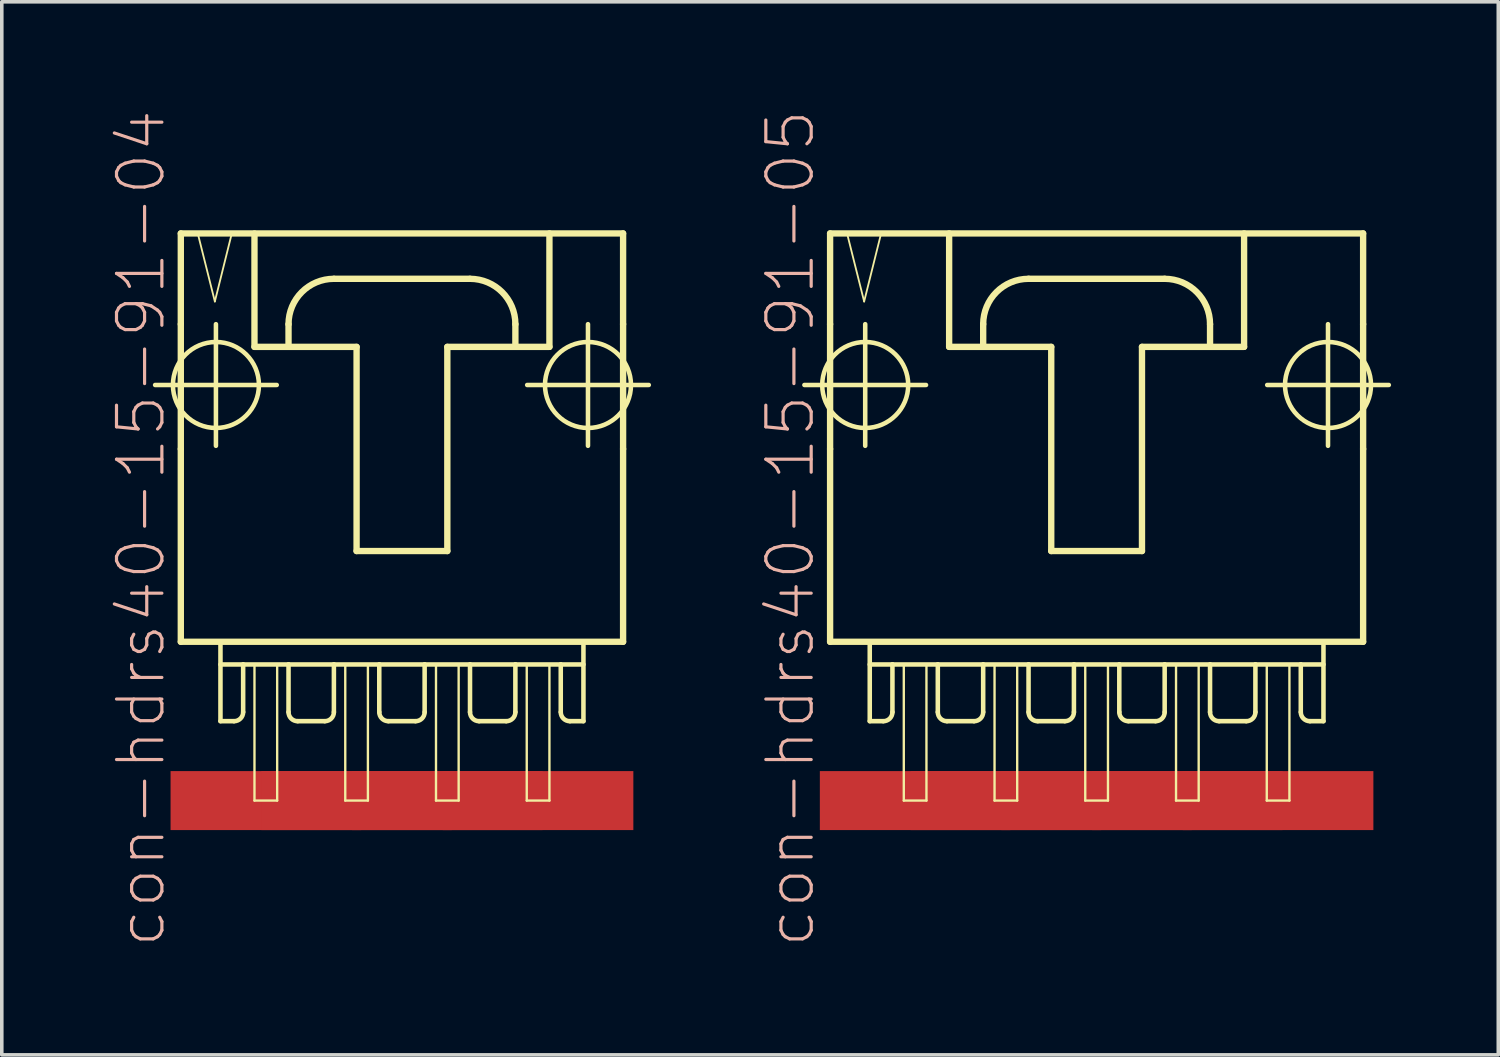
<source format=kicad_pcb>
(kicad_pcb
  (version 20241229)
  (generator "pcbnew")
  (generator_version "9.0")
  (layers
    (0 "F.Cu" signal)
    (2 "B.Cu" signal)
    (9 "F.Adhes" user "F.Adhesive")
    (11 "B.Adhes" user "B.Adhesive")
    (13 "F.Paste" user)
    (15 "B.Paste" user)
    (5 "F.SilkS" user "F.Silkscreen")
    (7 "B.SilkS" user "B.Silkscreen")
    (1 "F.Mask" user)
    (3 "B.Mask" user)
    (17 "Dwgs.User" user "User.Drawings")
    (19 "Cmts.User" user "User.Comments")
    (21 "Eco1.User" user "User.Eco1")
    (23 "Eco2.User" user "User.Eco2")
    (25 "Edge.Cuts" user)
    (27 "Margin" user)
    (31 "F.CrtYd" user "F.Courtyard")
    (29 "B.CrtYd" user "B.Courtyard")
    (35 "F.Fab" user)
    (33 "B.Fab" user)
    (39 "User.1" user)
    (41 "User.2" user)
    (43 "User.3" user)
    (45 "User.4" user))
  (footprint "con-hdrs40-15-91-04"
    (layer "F.Cu")
    (at 8.201 8.564)
    (property "Reference" "con-hdrs40-15-91-04" (at -7.303 3.175 90) (layer "B.SilkS") (effects (font (size 1.27 1.27) (thickness 0.089))))
    (attr smd)
    (fp_line (start -6.909 -0.838) (end -3.505 -0.838) (stroke (width 0.127) (type solid)) (layer "F.SilkS"))
    (fp_line (start -6.19 -5.08) (end -6.19 -2.54) (stroke (width 0.178) (type solid)) (layer "F.SilkS"))
    (fp_line (start -6.19 -2.54) (end -6.19 0.953) (stroke (width 0.178) (type solid)) (layer "F.SilkS"))
    (fp_line (start -6.19 0.953) (end -6.19 6.35) (stroke (width 0.178) (type solid)) (layer "F.SilkS"))
    (fp_line (start -6.19 6.35) (end 6.19 6.35) (stroke (width 0.178) (type solid)) (layer "F.SilkS"))
    (fp_line (start -5.715 -5.08) (end -5.237 -3.175) (stroke (width 0.051) (type solid)) (layer "F.SilkS"))
    (fp_line (start -5.237 -3.175) (end -4.763 -5.08) (stroke (width 0.051) (type solid)) (layer "F.SilkS"))
    (fp_line (start -5.207 0.864) (end -5.207 -2.54) (stroke (width 0.127) (type solid)) (layer "F.SilkS"))
    (fp_line (start -5.08 6.35) (end -5.08 8.572) (stroke (width 0.127) (type solid)) (layer "F.SilkS"))
    (fp_line (start -5.08 6.985) (end -4.445 6.985) (stroke (width 0.127) (type solid)) (layer "F.SilkS"))
    (fp_line (start -4.763 -5.08) (end -5.715 -5.08) (stroke (width 0.051) (type solid)) (layer "F.SilkS"))
    (fp_line (start -4.699 8.572) (end -5.08 8.572) (stroke (width 0.127) (type solid)) (layer "F.SilkS"))
    (fp_line (start -4.445 6.985) (end -4.445 8.319) (stroke (width 0.127) (type solid)) (layer "F.SilkS"))
    (fp_line (start -4.445 6.985) (end -3.175 6.985) (stroke (width 0.127) (type solid)) (layer "F.SilkS"))
    (fp_line (start -4.128 -5.077) (end -4.128 -1.905) (stroke (width 0.178) (type solid)) (layer "F.SilkS"))
    (fp_line (start -4.128 -1.905) (end -3.175 -1.905) (stroke (width 0.178) (type solid)) (layer "F.SilkS"))
    (fp_line (start -4.128 6.985) (end -3.493 6.985) (stroke (width 0.066) (type solid)) (layer "F.SilkS"))
    (fp_line (start -4.128 10.795) (end -4.128 6.985) (stroke (width 0.066) (type solid)) (layer "F.SilkS"))
    (fp_line (start -4.128 10.795) (end -3.493 10.795) (stroke (width 0.066) (type solid)) (layer "F.SilkS"))
    (fp_line (start -3.493 10.795) (end -3.493 6.985) (stroke (width 0.066) (type solid)) (layer "F.SilkS"))
    (fp_line (start -3.175 -1.905) (end -3.175 -2.54) (stroke (width 0.178) (type solid)) (layer "F.SilkS"))
    (fp_line (start -3.175 -1.905) (end -1.27 -1.905) (stroke (width 0.178) (type solid)) (layer "F.SilkS"))
    (fp_line (start -3.175 6.985) (end -3.175 8.319) (stroke (width 0.127) (type solid)) (layer "F.SilkS"))
    (fp_line (start -3.175 6.985) (end -1.905 6.985) (stroke (width 0.127) (type solid)) (layer "F.SilkS"))
    (fp_line (start -2.159 8.572) (end -2.921 8.572) (stroke (width 0.127) (type solid)) (layer "F.SilkS"))
    (fp_line (start -1.905 -3.81) (end 1.905 -3.81) (stroke (width 0.178) (type solid)) (layer "F.SilkS"))
    (fp_line (start -1.905 6.985) (end -1.905 8.319) (stroke (width 0.127) (type solid)) (layer "F.SilkS"))
    (fp_line (start -1.905 6.985) (end -0.635 6.985) (stroke (width 0.127) (type solid)) (layer "F.SilkS"))
    (fp_line (start -1.587 6.985) (end -0.953 6.985) (stroke (width 0.066) (type solid)) (layer "F.SilkS"))
    (fp_line (start -1.587 10.795) (end -1.587 6.985) (stroke (width 0.066) (type solid)) (layer "F.SilkS"))
    (fp_line (start -1.587 10.795) (end -0.953 10.795) (stroke (width 0.066) (type solid)) (layer "F.SilkS"))
    (fp_line (start -1.27 -1.905) (end -1.27 3.81) (stroke (width 0.178) (type solid)) (layer "F.SilkS"))
    (fp_line (start -1.27 3.81) (end 1.27 3.81) (stroke (width 0.178) (type solid)) (layer "F.SilkS"))
    (fp_line (start -0.953 10.795) (end -0.953 6.985) (stroke (width 0.066) (type solid)) (layer "F.SilkS"))
    (fp_line (start -0.635 6.985) (end -0.635 8.319) (stroke (width 0.127) (type solid)) (layer "F.SilkS"))
    (fp_line (start -0.635 6.985) (end 0.635 6.985) (stroke (width 0.127) (type solid)) (layer "F.SilkS"))
    (fp_line (start 0.381 8.572) (end -0.381 8.572) (stroke (width 0.127) (type solid)) (layer "F.SilkS"))
    (fp_line (start 0.635 6.985) (end 0.635 8.319) (stroke (width 0.127) (type solid)) (layer "F.SilkS"))
    (fp_line (start 0.635 6.985) (end 1.905 6.985) (stroke (width 0.127) (type solid)) (layer "F.SilkS"))
    (fp_line (start 0.953 6.985) (end 1.587 6.985) (stroke (width 0.066) (type solid)) (layer "F.SilkS"))
    (fp_line (start 0.953 10.795) (end 0.953 6.985) (stroke (width 0.066) (type solid)) (layer "F.SilkS"))
    (fp_line (start 0.953 10.795) (end 1.587 10.795) (stroke (width 0.066) (type solid)) (layer "F.SilkS"))
    (fp_line (start 1.27 -1.905) (end 3.175 -1.905) (stroke (width 0.178) (type solid)) (layer "F.SilkS"))
    (fp_line (start 1.27 3.81) (end 1.27 -1.905) (stroke (width 0.178) (type solid)) (layer "F.SilkS"))
    (fp_line (start 1.587 10.795) (end 1.587 6.985) (stroke (width 0.066) (type solid)) (layer "F.SilkS"))
    (fp_line (start 1.905 6.985) (end 1.905 8.319) (stroke (width 0.127) (type solid)) (layer "F.SilkS"))
    (fp_line (start 1.905 6.985) (end 3.175 6.985) (stroke (width 0.127) (type solid)) (layer "F.SilkS"))
    (fp_line (start 2.921 8.572) (end 2.159 8.572) (stroke (width 0.127) (type solid)) (layer "F.SilkS"))
    (fp_line (start 3.175 -2.54) (end 3.175 -1.905) (stroke (width 0.178) (type solid)) (layer "F.SilkS"))
    (fp_line (start 3.175 -1.905) (end 4.128 -1.905) (stroke (width 0.178) (type solid)) (layer "F.SilkS"))
    (fp_line (start 3.175 6.985) (end 3.175 8.319) (stroke (width 0.127) (type solid)) (layer "F.SilkS"))
    (fp_line (start 3.175 6.985) (end 4.445 6.985) (stroke (width 0.127) (type solid)) (layer "F.SilkS"))
    (fp_line (start 3.493 6.985) (end 4.128 6.985) (stroke (width 0.066) (type solid)) (layer "F.SilkS"))
    (fp_line (start 3.493 10.795) (end 3.493 6.985) (stroke (width 0.066) (type solid)) (layer "F.SilkS"))
    (fp_line (start 3.493 10.795) (end 4.128 10.795) (stroke (width 0.066) (type solid)) (layer "F.SilkS"))
    (fp_line (start 3.505 -0.838) (end 6.909 -0.838) (stroke (width 0.127) (type solid)) (layer "F.SilkS"))
    (fp_line (start 4.128 -1.905) (end 4.128 -5.08) (stroke (width 0.178) (type solid)) (layer "F.SilkS"))
    (fp_line (start 4.128 10.795) (end 4.128 6.985) (stroke (width 0.066) (type solid)) (layer "F.SilkS"))
    (fp_line (start 4.445 6.985) (end 4.445 8.319) (stroke (width 0.127) (type solid)) (layer "F.SilkS"))
    (fp_line (start 4.445 6.985) (end 5.08 6.985) (stroke (width 0.127) (type solid)) (layer "F.SilkS"))
    (fp_line (start 4.699 8.572) (end 5.08 8.572) (stroke (width 0.127) (type solid)) (layer "F.SilkS"))
    (fp_line (start 5.08 8.572) (end 5.08 6.35) (stroke (width 0.127) (type solid)) (layer "F.SilkS"))
    (fp_line (start 5.207 0.864) (end 5.207 -2.54) (stroke (width 0.127) (type solid)) (layer "F.SilkS"))
    (fp_line (start 6.19 -5.08) (end -6.19 -5.08) (stroke (width 0.178) (type solid)) (layer "F.SilkS"))
    (fp_line (start 6.19 -2.54) (end 6.19 -5.08) (stroke (width 0.178) (type solid)) (layer "F.SilkS"))
    (fp_line (start 6.19 -2.54) (end 6.19 0.953) (stroke (width 0.178) (type solid)) (layer "F.SilkS"))
    (fp_line (start 6.19 6.35) (end 6.19 0.953) (stroke (width 0.178) (type solid)) (layer "F.SilkS"))
    (fp_arc (start -4.445 8.3185) (mid -4.519395 8.498105) (end -4.699 8.5725) (stroke (width 0.127) (type solid)) (layer "F.SilkS"))
    (fp_arc (start -3.175 -2.54) (mid -2.803026 -3.438026) (end -1.905 -3.81) (stroke (width 0.1778) (type solid)) (layer "F.SilkS"))
    (fp_arc (start -2.921 8.5725) (mid -3.100605 8.498105) (end -3.175 8.3185) (stroke (width 0.127) (type solid)) (layer "F.SilkS"))
    (fp_arc (start -1.905 8.3185) (mid -1.979395 8.498105) (end -2.159 8.5725) (stroke (width 0.127) (type solid)) (layer "F.SilkS"))
    (fp_arc (start -0.381 8.5725) (mid -0.560605 8.498105) (end -0.635 8.3185) (stroke (width 0.127) (type solid)) (layer "F.SilkS"))
    (fp_arc (start 0.635 8.3185) (mid 0.560605 8.498105) (end 0.381 8.5725) (stroke (width 0.127) (type solid)) (layer "F.SilkS"))
    (fp_arc (start 1.905 -3.81) (mid 2.803026 -3.438026) (end 3.175 -2.54) (stroke (width 0.1778) (type solid)) (layer "F.SilkS"))
    (fp_arc (start 2.159 8.5725) (mid 1.979395 8.498105) (end 1.905 8.3185) (stroke (width 0.127) (type solid)) (layer "F.SilkS"))
    (fp_arc (start 3.175 8.3185) (mid 3.100605 8.498105) (end 2.921 8.5725) (stroke (width 0.127) (type solid)) (layer "F.SilkS"))
    (fp_arc (start 4.699 8.5725) (mid 4.519395 8.498105) (end 4.445 8.3185) (stroke (width 0.127) (type solid)) (layer "F.SilkS"))
    (fp_circle (center -5.207 -0.838) (end -6.058 -1.689) (stroke (width 0.127) (type solid)) (fill no) (layer "F.SilkS"))
    (fp_circle (center 5.207 -0.838) (end 6.058 -1.689) (stroke (width 0.127) (type solid)) (fill no) (layer "F.SilkS"))
    (pad "1" smd rect (at -3.81 10.795) (size 5.334 1.651) (layers "F.Cu" "F.Mask" "F.Paste"))
    (pad "2" smd rect (at -1.27 10.795) (size 5.334 1.651) (layers "F.Cu" "F.Mask" "F.Paste"))
    (pad "3" smd rect (at 1.27 10.795) (size 5.334 1.651) (layers "F.Cu" "F.Mask" "F.Paste"))
    (pad "4" smd rect (at 3.81 10.795) (size 5.334 1.651) (layers "F.Cu" "F.Mask" "F.Paste")))
  (footprint "con-hdrs40-15-91-05"
    (layer "F.Cu")
    (at 27.645 8.564)
    (property "Reference" "con-hdrs40-15-91-05" (at -8.572 3.175 90) (layer "B.SilkS") (effects (font (size 1.27 1.27) (thickness 0.089))))
    (attr smd)
    (fp_line (start -8.179 -0.838) (end -4.775 -0.838) (stroke (width 0.127) (type solid)) (layer "F.SilkS"))
    (fp_line (start -7.46 -5.08) (end -7.46 -2.54) (stroke (width 0.178) (type solid)) (layer "F.SilkS"))
    (fp_line (start -7.46 -2.54) (end -7.46 0.953) (stroke (width 0.178) (type solid)) (layer "F.SilkS"))
    (fp_line (start -7.46 0.953) (end -7.46 6.35) (stroke (width 0.178) (type solid)) (layer "F.SilkS"))
    (fp_line (start -7.46 6.35) (end 7.46 6.35) (stroke (width 0.178) (type solid)) (layer "F.SilkS"))
    (fp_line (start -6.985 -5.08) (end -6.507 -3.175) (stroke (width 0.051) (type solid)) (layer "F.SilkS"))
    (fp_line (start -6.507 -3.175) (end -6.032 -5.08) (stroke (width 0.051) (type solid)) (layer "F.SilkS"))
    (fp_line (start -6.477 0.864) (end -6.477 -2.54) (stroke (width 0.127) (type solid)) (layer "F.SilkS"))
    (fp_line (start -6.35 6.35) (end -6.35 8.572) (stroke (width 0.127) (type solid)) (layer "F.SilkS"))
    (fp_line (start -6.35 6.985) (end -5.715 6.985) (stroke (width 0.127) (type solid)) (layer "F.SilkS"))
    (fp_line (start -6.032 -5.08) (end -6.985 -5.08) (stroke (width 0.051) (type solid)) (layer "F.SilkS"))
    (fp_line (start -5.969 8.572) (end -6.35 8.572) (stroke (width 0.127) (type solid)) (layer "F.SilkS"))
    (fp_line (start -5.715 6.985) (end -5.715 8.319) (stroke (width 0.127) (type solid)) (layer "F.SilkS"))
    (fp_line (start -5.715 6.985) (end -4.445 6.985) (stroke (width 0.127) (type solid)) (layer "F.SilkS"))
    (fp_line (start -5.397 6.985) (end -4.763 6.985) (stroke (width 0.066) (type solid)) (layer "F.SilkS"))
    (fp_line (start -5.397 10.795) (end -5.397 6.985) (stroke (width 0.066) (type solid)) (layer "F.SilkS"))
    (fp_line (start -5.397 10.795) (end -4.763 10.795) (stroke (width 0.066) (type solid)) (layer "F.SilkS"))
    (fp_line (start -4.763 10.795) (end -4.763 6.985) (stroke (width 0.066) (type solid)) (layer "F.SilkS"))
    (fp_line (start -4.445 6.985) (end -4.445 8.319) (stroke (width 0.127) (type solid)) (layer "F.SilkS"))
    (fp_line (start -4.445 6.985) (end -3.175 6.985) (stroke (width 0.127) (type solid)) (layer "F.SilkS"))
    (fp_line (start -4.128 -5.08) (end -4.128 -1.905) (stroke (width 0.178) (type solid)) (layer "F.SilkS"))
    (fp_line (start -4.128 -1.905) (end -3.175 -1.905) (stroke (width 0.178) (type solid)) (layer "F.SilkS"))
    (fp_line (start -3.429 8.572) (end -4.191 8.572) (stroke (width 0.127) (type solid)) (layer "F.SilkS"))
    (fp_line (start -3.175 -1.905) (end -3.175 -2.54) (stroke (width 0.178) (type solid)) (layer "F.SilkS"))
    (fp_line (start -3.175 -1.905) (end -1.27 -1.905) (stroke (width 0.178) (type solid)) (layer "F.SilkS"))
    (fp_line (start -3.175 6.985) (end -3.175 8.319) (stroke (width 0.127) (type solid)) (layer "F.SilkS"))
    (fp_line (start -3.175 6.985) (end -1.905 6.985) (stroke (width 0.127) (type solid)) (layer "F.SilkS"))
    (fp_line (start -2.857 6.985) (end -2.223 6.985) (stroke (width 0.066) (type solid)) (layer "F.SilkS"))
    (fp_line (start -2.857 10.795) (end -2.857 6.985) (stroke (width 0.066) (type solid)) (layer "F.SilkS"))
    (fp_line (start -2.857 10.795) (end -2.223 10.795) (stroke (width 0.066) (type solid)) (layer "F.SilkS"))
    (fp_line (start -2.223 10.795) (end -2.223 6.985) (stroke (width 0.066) (type solid)) (layer "F.SilkS"))
    (fp_line (start -1.905 -3.81) (end 1.905 -3.81) (stroke (width 0.178) (type solid)) (layer "F.SilkS"))
    (fp_line (start -1.905 6.985) (end -1.905 8.319) (stroke (width 0.127) (type solid)) (layer "F.SilkS"))
    (fp_line (start -1.905 6.985) (end -0.635 6.985) (stroke (width 0.127) (type solid)) (layer "F.SilkS"))
    (fp_line (start -1.27 -1.905) (end -1.27 3.81) (stroke (width 0.178) (type solid)) (layer "F.SilkS"))
    (fp_line (start -1.27 3.81) (end 1.27 3.81) (stroke (width 0.178) (type solid)) (layer "F.SilkS"))
    (fp_line (start -0.889 8.572) (end -1.651 8.572) (stroke (width 0.127) (type solid)) (layer "F.SilkS"))
    (fp_line (start -0.635 6.985) (end -0.635 8.319) (stroke (width 0.127) (type solid)) (layer "F.SilkS"))
    (fp_line (start -0.635 6.985) (end 0.635 6.985) (stroke (width 0.127) (type solid)) (layer "F.SilkS"))
    (fp_line (start -0.318 6.985) (end 0.318 6.985) (stroke (width 0.066) (type solid)) (layer "F.SilkS"))
    (fp_line (start -0.318 10.795) (end -0.318 6.985) (stroke (width 0.066) (type solid)) (layer "F.SilkS"))
    (fp_line (start -0.318 10.795) (end 0.318 10.795) (stroke (width 0.066) (type solid)) (layer "F.SilkS"))
    (fp_line (start 0.318 10.795) (end 0.318 6.985) (stroke (width 0.066) (type solid)) (layer "F.SilkS"))
    (fp_line (start 0.635 6.985) (end 0.635 8.319) (stroke (width 0.127) (type solid)) (layer "F.SilkS"))
    (fp_line (start 0.635 6.985) (end 1.905 6.985) (stroke (width 0.127) (type solid)) (layer "F.SilkS"))
    (fp_line (start 1.27 -1.905) (end 3.175 -1.905) (stroke (width 0.178) (type solid)) (layer "F.SilkS"))
    (fp_line (start 1.27 3.81) (end 1.27 -1.905) (stroke (width 0.178) (type solid)) (layer "F.SilkS"))
    (fp_line (start 1.651 8.572) (end 0.889 8.572) (stroke (width 0.127) (type solid)) (layer "F.SilkS"))
    (fp_line (start 1.905 6.985) (end 1.905 8.319) (stroke (width 0.127) (type solid)) (layer "F.SilkS"))
    (fp_line (start 1.905 6.985) (end 3.175 6.985) (stroke (width 0.127) (type solid)) (layer "F.SilkS"))
    (fp_line (start 2.223 6.985) (end 2.857 6.985) (stroke (width 0.066) (type solid)) (layer "F.SilkS"))
    (fp_line (start 2.223 10.795) (end 2.223 6.985) (stroke (width 0.066) (type solid)) (layer "F.SilkS"))
    (fp_line (start 2.223 10.795) (end 2.857 10.795) (stroke (width 0.066) (type solid)) (layer "F.SilkS"))
    (fp_line (start 2.857 10.795) (end 2.857 6.985) (stroke (width 0.066) (type solid)) (layer "F.SilkS"))
    (fp_line (start 3.175 -2.54) (end 3.175 -1.905) (stroke (width 0.178) (type solid)) (layer "F.SilkS"))
    (fp_line (start 3.175 -1.905) (end 4.128 -1.905) (stroke (width 0.178) (type solid)) (layer "F.SilkS"))
    (fp_line (start 3.175 6.985) (end 3.175 8.319) (stroke (width 0.127) (type solid)) (layer "F.SilkS"))
    (fp_line (start 3.175 6.985) (end 4.445 6.985) (stroke (width 0.127) (type solid)) (layer "F.SilkS"))
    (fp_line (start 4.128 -1.905) (end 4.128 -5.08) (stroke (width 0.178) (type solid)) (layer "F.SilkS"))
    (fp_line (start 4.191 8.572) (end 3.429 8.572) (stroke (width 0.127) (type solid)) (layer "F.SilkS"))
    (fp_line (start 4.445 6.985) (end 4.445 8.319) (stroke (width 0.127) (type solid)) (layer "F.SilkS"))
    (fp_line (start 4.445 6.985) (end 5.715 6.985) (stroke (width 0.127) (type solid)) (layer "F.SilkS"))
    (fp_line (start 4.763 6.985) (end 5.397 6.985) (stroke (width 0.066) (type solid)) (layer "F.SilkS"))
    (fp_line (start 4.763 10.795) (end 4.763 6.985) (stroke (width 0.066) (type solid)) (layer "F.SilkS"))
    (fp_line (start 4.763 10.795) (end 5.397 10.795) (stroke (width 0.066) (type solid)) (layer "F.SilkS"))
    (fp_line (start 4.775 -0.838) (end 8.179 -0.838) (stroke (width 0.127) (type solid)) (layer "F.SilkS"))
    (fp_line (start 5.397 10.795) (end 5.397 6.985) (stroke (width 0.066) (type solid)) (layer "F.SilkS"))
    (fp_line (start 5.715 6.985) (end 5.715 8.319) (stroke (width 0.127) (type solid)) (layer "F.SilkS"))
    (fp_line (start 5.715 6.985) (end 6.35 6.985) (stroke (width 0.127) (type solid)) (layer "F.SilkS"))
    (fp_line (start 5.969 8.572) (end 6.35 8.572) (stroke (width 0.127) (type solid)) (layer "F.SilkS"))
    (fp_line (start 6.35 8.572) (end 6.35 6.35) (stroke (width 0.127) (type solid)) (layer "F.SilkS"))
    (fp_line (start 6.477 0.864) (end 6.477 -2.54) (stroke (width 0.127) (type solid)) (layer "F.SilkS"))
    (fp_line (start 7.46 -5.08) (end -7.46 -5.08) (stroke (width 0.178) (type solid)) (layer "F.SilkS"))
    (fp_line (start 7.46 -2.54) (end 7.46 -5.08) (stroke (width 0.178) (type solid)) (layer "F.SilkS"))
    (fp_line (start 7.46 -2.54) (end 7.46 0.953) (stroke (width 0.178) (type solid)) (layer "F.SilkS"))
    (fp_line (start 7.46 6.35) (end 7.46 0.953) (stroke (width 0.178) (type solid)) (layer "F.SilkS"))
    (fp_arc (start -5.715 8.3185) (mid -5.789395 8.498105) (end -5.969 8.5725) (stroke (width 0.127) (type solid)) (layer "F.SilkS"))
    (fp_arc (start -4.191 8.5725) (mid -4.370605 8.498105) (end -4.445 8.3185) (stroke (width 0.127) (type solid)) (layer "F.SilkS"))
    (fp_arc (start -3.175 -2.54) (mid -2.803026 -3.438026) (end -1.905 -3.81) (stroke (width 0.1778) (type solid)) (layer "F.SilkS"))
    (fp_arc (start -3.175 8.3185) (mid -3.249395 8.498105) (end -3.429 8.5725) (stroke (width 0.127) (type solid)) (layer "F.SilkS"))
    (fp_arc (start -1.651 8.5725) (mid -1.830605 8.498105) (end -1.905 8.3185) (stroke (width 0.127) (type solid)) (layer "F.SilkS"))
    (fp_arc (start -0.635 8.3185) (mid -0.709395 8.498105) (end -0.889 8.5725) (stroke (width 0.127) (type solid)) (layer "F.SilkS"))
    (fp_arc (start 0.889 8.5725) (mid 0.709395 8.498105) (end 0.635 8.3185) (stroke (width 0.127) (type solid)) (layer "F.SilkS"))
    (fp_arc (start 1.905 -3.81) (mid 2.803026 -3.438026) (end 3.175 -2.54) (stroke (width 0.1778) (type solid)) (layer "F.SilkS"))
    (fp_arc (start 1.905 8.3185) (mid 1.830605 8.498105) (end 1.651 8.5725) (stroke (width 0.127) (type solid)) (layer "F.SilkS"))
    (fp_arc (start 3.429 8.5725) (mid 3.249395 8.498105) (end 3.175 8.3185) (stroke (width 0.127) (type solid)) (layer "F.SilkS"))
    (fp_arc (start 4.445 8.3185) (mid 4.370605 8.498105) (end 4.191 8.5725) (stroke (width 0.127) (type solid)) (layer "F.SilkS"))
    (fp_arc (start 5.969 8.5725) (mid 5.789395 8.498105) (end 5.715 8.3185) (stroke (width 0.127) (type solid)) (layer "F.SilkS"))
    (fp_circle (center -6.477 -0.838) (end -7.328 -1.689) (stroke (width 0.127) (type solid)) (fill no) (layer "F.SilkS"))
    (fp_circle (center 6.477 -0.838) (end 7.328 -1.689) (stroke (width 0.127) (type solid)) (fill no) (layer "F.SilkS"))
    (pad "1" smd rect (at -5.08 10.795) (size 5.334 1.651) (layers "F.Cu" "F.Mask" "F.Paste"))
    (pad "2" smd rect (at -2.54 10.795) (size 5.334 1.651) (layers "F.Cu" "F.Mask" "F.Paste"))
    (pad "3" smd rect (at 0 10.795) (size 5.334 1.651) (layers "F.Cu" "F.Mask" "F.Paste"))
    (pad "4" smd rect (at 2.54 10.795) (size 5.334 1.651) (layers "F.Cu" "F.Mask" "F.Paste"))
    (pad "5" smd rect (at 5.08 10.795) (size 5.334 1.651) (layers "F.Cu" "F.Mask" "F.Paste")))
  (gr_rect
    (start -3 -3)
    (end 38.888 26.477)
    (stroke (width 0.1) (type default))
    (fill no)
    (layer "Edge.Cuts")))
</source>
